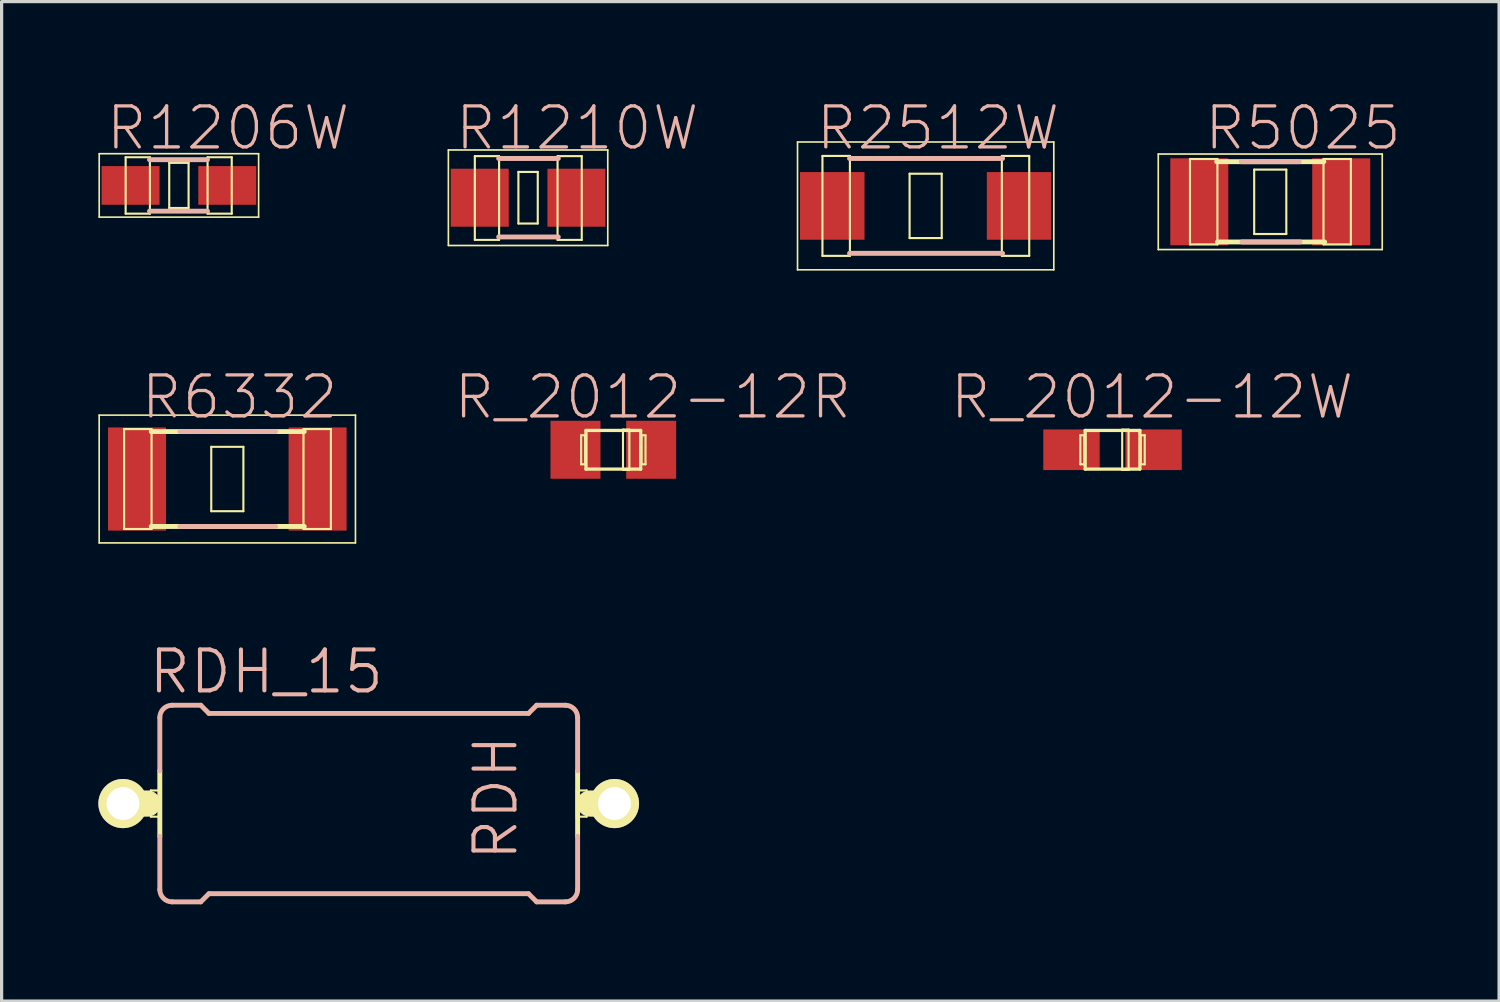
<source format=kicad_pcb>
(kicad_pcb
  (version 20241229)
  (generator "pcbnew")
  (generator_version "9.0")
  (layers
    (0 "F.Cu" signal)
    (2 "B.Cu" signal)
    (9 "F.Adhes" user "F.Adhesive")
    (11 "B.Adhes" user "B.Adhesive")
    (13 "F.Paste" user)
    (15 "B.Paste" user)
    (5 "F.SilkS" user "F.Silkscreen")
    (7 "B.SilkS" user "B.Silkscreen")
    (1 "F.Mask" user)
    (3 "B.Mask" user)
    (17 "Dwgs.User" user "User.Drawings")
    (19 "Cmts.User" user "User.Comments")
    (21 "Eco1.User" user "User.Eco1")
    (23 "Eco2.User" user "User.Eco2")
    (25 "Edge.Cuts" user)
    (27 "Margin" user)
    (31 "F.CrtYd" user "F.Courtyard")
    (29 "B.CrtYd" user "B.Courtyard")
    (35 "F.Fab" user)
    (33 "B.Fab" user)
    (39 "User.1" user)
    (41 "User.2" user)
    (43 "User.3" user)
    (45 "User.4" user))
  (footprint "R1210W"
    (layer "F.Cu")
    (at 13.323 3.08)
    (property "Reference" "R1210W" (at 1.524 -2.159 0) (layer "B.SilkS") (effects (font (size 1.27 1.27) (thickness 0.102))))
    (attr smd)
    (fp_line (start -2.471 -1.481) (end 2.471 -1.481) (stroke (width 0.051) (type solid)) (layer "F.SilkS"))
    (fp_line (start -2.471 1.481) (end -2.471 -1.481) (stroke (width 0.051) (type solid)) (layer "F.SilkS"))
    (fp_line (start -1.651 -1.29) (end -0.899 -1.29) (stroke (width 0.066) (type solid)) (layer "F.SilkS"))
    (fp_line (start -1.651 1.308) (end -1.651 -1.29) (stroke (width 0.066) (type solid)) (layer "F.SilkS"))
    (fp_line (start -1.651 1.308) (end -0.899 1.308) (stroke (width 0.066) (type solid)) (layer "F.SilkS"))
    (fp_line (start -0.899 1.308) (end -0.899 -1.29) (stroke (width 0.066) (type solid)) (layer "F.SilkS"))
    (fp_line (start -0.3 -0.8) (end 0.3 -0.8) (stroke (width 0.066) (type solid)) (layer "F.SilkS"))
    (fp_line (start -0.3 0.8) (end -0.3 -0.8) (stroke (width 0.066) (type solid)) (layer "F.SilkS"))
    (fp_line (start -0.3 0.8) (end 0.3 0.8) (stroke (width 0.066) (type solid)) (layer "F.SilkS"))
    (fp_line (start 0.3 0.8) (end 0.3 -0.8) (stroke (width 0.066) (type solid)) (layer "F.SilkS"))
    (fp_line (start 0.914 -1.29) (end 1.664 -1.29) (stroke (width 0.066) (type solid)) (layer "F.SilkS"))
    (fp_line (start 0.914 1.308) (end 0.914 -1.29) (stroke (width 0.066) (type solid)) (layer "F.SilkS"))
    (fp_line (start 0.914 1.308) (end 1.664 1.308) (stroke (width 0.066) (type solid)) (layer "F.SilkS"))
    (fp_line (start 1.664 1.308) (end 1.664 -1.29) (stroke (width 0.066) (type solid)) (layer "F.SilkS"))
    (fp_line (start 2.471 -1.481) (end 2.471 1.481) (stroke (width 0.051) (type solid)) (layer "F.SilkS"))
    (fp_line (start 2.471 1.481) (end -2.471 1.481) (stroke (width 0.051) (type solid)) (layer "F.SilkS"))
    (fp_line (start -0.912 -1.217) (end 0.937 -1.217) (stroke (width 0.152) (type solid)) (layer "B.SilkS"))
    (fp_line (start -0.912 1.217) (end 0.937 1.217) (stroke (width 0.152) (type solid)) (layer "B.SilkS"))
    (pad "1" smd rect (at -1.499 0) (size 1.798 1.798) (layers "F.Cu" "F.Mask" "F.Paste"))
    (pad "2" smd rect (at 1.499 0) (size 1.798 1.798) (layers "F.Cu" "F.Mask" "F.Paste")))
  (footprint "RDH_15"
    (layer "F.Cu")
    (at 8.382 21.864)
    (property "Reference" "RDH_15" (at -3.175 -4.089 0) (layer "B.SilkS") (effects (font (size 1.27 1.27) (thickness 0.127))))
    (attr exclude_from_pos_files exclude_from_bom)
    (fp_line (start -7.62 0) (end -6.858 0) (stroke (width 0.813) (type solid)) (layer "F.SilkS"))
    (fp_line (start -6.756 -0.406) (end -6.452 -0.406) (stroke (width 0.066) (type solid)) (layer "F.SilkS"))
    (fp_line (start -6.756 0.406) (end -6.756 -0.406) (stroke (width 0.066) (type solid)) (layer "F.SilkS"))
    (fp_line (start -6.756 0.406) (end -6.452 0.406) (stroke (width 0.066) (type solid)) (layer "F.SilkS"))
    (fp_line (start -6.477 -1.016) (end -6.477 1.016) (stroke (width 0.152) (type solid)) (layer "F.SilkS"))
    (fp_line (start -6.452 0.406) (end -6.452 -0.406) (stroke (width 0.066) (type solid)) (layer "F.SilkS"))
    (fp_line (start 6.452 -0.406) (end 6.756 -0.406) (stroke (width 0.066) (type solid)) (layer "F.SilkS"))
    (fp_line (start 6.452 0.406) (end 6.452 -0.406) (stroke (width 0.066) (type solid)) (layer "F.SilkS"))
    (fp_line (start 6.452 0.406) (end 6.756 0.406) (stroke (width 0.066) (type solid)) (layer "F.SilkS"))
    (fp_line (start 6.477 -1.016) (end 6.477 1.016) (stroke (width 0.152) (type solid)) (layer "F.SilkS"))
    (fp_line (start 6.756 0.406) (end 6.756 -0.406) (stroke (width 0.066) (type solid)) (layer "F.SilkS"))
    (fp_line (start 6.858 0) (end 7.62 0) (stroke (width 0.813) (type solid)) (layer "F.SilkS"))
    (fp_line (start -6.477 -1.016) (end -6.477 -2.667) (stroke (width 0.152) (type solid)) (layer "B.SilkS"))
    (fp_line (start -6.477 2.667) (end -6.477 1.016) (stroke (width 0.152) (type solid)) (layer "B.SilkS"))
    (fp_line (start -6.096 -3.048) (end -5.207 -3.048) (stroke (width 0.152) (type solid)) (layer "B.SilkS"))
    (fp_line (start -6.096 3.048) (end -5.207 3.048) (stroke (width 0.152) (type solid)) (layer "B.SilkS"))
    (fp_line (start -4.953 -2.794) (end -5.207 -3.048) (stroke (width 0.152) (type solid)) (layer "B.SilkS"))
    (fp_line (start -4.953 2.794) (end -5.207 3.048) (stroke (width 0.152) (type solid)) (layer "B.SilkS"))
    (fp_line (start 4.953 -2.794) (end -4.953 -2.794) (stroke (width 0.152) (type solid)) (layer "B.SilkS"))
    (fp_line (start 4.953 -2.794) (end 5.207 -3.048) (stroke (width 0.152) (type solid)) (layer "B.SilkS"))
    (fp_line (start 4.953 2.794) (end -4.953 2.794) (stroke (width 0.152) (type solid)) (layer "B.SilkS"))
    (fp_line (start 4.953 2.794) (end 5.207 3.048) (stroke (width 0.152) (type solid)) (layer "B.SilkS"))
    (fp_line (start 6.096 -3.048) (end 5.207 -3.048) (stroke (width 0.152) (type solid)) (layer "B.SilkS"))
    (fp_line (start 6.096 3.048) (end 5.207 3.048) (stroke (width 0.152) (type solid)) (layer "B.SilkS"))
    (fp_line (start 6.477 -1.016) (end 6.477 -2.667) (stroke (width 0.152) (type solid)) (layer "B.SilkS"))
    (fp_line (start 6.477 2.667) (end 6.477 1.016) (stroke (width 0.152) (type solid)) (layer "B.SilkS"))
    (fp_arc (start -6.477 -2.667) (mid -6.365408 -2.936408) (end -6.096 -3.048) (stroke (width 0.1524) (type solid)) (layer "B.SilkS"))
    (fp_arc (start -6.096 3.048) (mid -6.365408 2.936408) (end -6.477 2.667) (stroke (width 0.1524) (type solid)) (layer "B.SilkS"))
    (fp_arc (start 6.096 -3.048) (mid 6.365408 -2.936408) (end 6.477 -2.667) (stroke (width 0.1524) (type solid)) (layer "B.SilkS"))
    (fp_arc (start 6.477 2.667) (mid 6.365408 2.936408) (end 6.096 3.048) (stroke (width 0.1524) (type solid)) (layer "B.SilkS"))
    (fp_text user "RDH" (at 3.937 -0.178 90) (layer "B.SilkS") (effects (font (size 1.27 1.27) (thickness 0.127))))
    (pad "1" thru_hole circle (at -7.62 0) (size 1.524 1.524) (drill 1.016) (layers "*.Cu" "F.Mask" "F.SilkS" "F.Paste"))
    (pad "2" thru_hole circle (at 7.62 0) (size 1.524 1.524) (drill 1.016) (layers "*.Cu" "F.Mask" "F.SilkS" "F.Paste")))
  (footprint "R6332"
    (layer "F.Cu")
    (at 3.998 11.802)
    (property "Reference" "R6332" (at 0.381 -2.54 0) (layer "B.SilkS") (effects (font (size 1.27 1.27) (thickness 0.102))))
    (attr smd)
    (fp_line (start -3.973 -1.981) (end 3.973 -1.981) (stroke (width 0.051) (type solid)) (layer "F.SilkS"))
    (fp_line (start -3.973 1.981) (end -3.973 -1.981) (stroke (width 0.051) (type solid)) (layer "F.SilkS"))
    (fp_line (start -3.2 -1.549) (end -2.349 -1.549) (stroke (width 0.066) (type solid)) (layer "F.SilkS"))
    (fp_line (start -3.2 1.549) (end -3.2 -1.549) (stroke (width 0.066) (type solid)) (layer "F.SilkS"))
    (fp_line (start -3.2 1.549) (end -2.349 1.549) (stroke (width 0.066) (type solid)) (layer "F.SilkS"))
    (fp_line (start -2.36 -1.471) (end 2.385 -1.471) (stroke (width 0.152) (type solid)) (layer "F.SilkS"))
    (fp_line (start -2.36 1.471) (end 2.385 1.471) (stroke (width 0.152) (type solid)) (layer "F.SilkS"))
    (fp_line (start -2.349 1.549) (end -2.349 -1.549) (stroke (width 0.066) (type solid)) (layer "F.SilkS"))
    (fp_line (start -0.498 -0.998) (end 0.498 -0.998) (stroke (width 0.066) (type solid)) (layer "F.SilkS"))
    (fp_line (start -0.498 0.998) (end -0.498 -0.998) (stroke (width 0.066) (type solid)) (layer "F.SilkS"))
    (fp_line (start -0.498 0.998) (end 0.498 0.998) (stroke (width 0.066) (type solid)) (layer "F.SilkS"))
    (fp_line (start 0.498 0.998) (end 0.498 -0.998) (stroke (width 0.066) (type solid)) (layer "F.SilkS"))
    (fp_line (start 2.362 -1.549) (end 3.211 -1.549) (stroke (width 0.066) (type solid)) (layer "F.SilkS"))
    (fp_line (start 2.362 1.549) (end 2.362 -1.549) (stroke (width 0.066) (type solid)) (layer "F.SilkS"))
    (fp_line (start 2.362 1.549) (end 3.211 1.549) (stroke (width 0.066) (type solid)) (layer "F.SilkS"))
    (fp_line (start 3.211 1.549) (end 3.211 -1.549) (stroke (width 0.066) (type solid)) (layer "F.SilkS"))
    (fp_line (start 3.973 -1.981) (end 3.973 1.981) (stroke (width 0.051) (type solid)) (layer "F.SilkS"))
    (fp_line (start 3.973 1.981) (end -3.973 1.981) (stroke (width 0.051) (type solid)) (layer "F.SilkS"))
    (fp_line (start -1.471 -1.471) (end 1.496 -1.471) (stroke (width 0.152) (type solid)) (layer "B.SilkS"))
    (fp_line (start -1.471 1.471) (end 1.496 1.471) (stroke (width 0.152) (type solid)) (layer "B.SilkS"))
    (pad "1" smd rect (at -2.799 0) (size 1.798 3.198) (layers "F.Cu" "F.Mask" "F.Paste"))
    (pad "2" smd rect (at 2.799 0) (size 1.798 3.198) (layers "F.Cu" "F.Mask" "F.Paste")))
  (footprint "R_2012-12W"
    (layer "F.Cu")
    (at 31.444 10.895)
    (property "Reference" "R_2012-12W" (at 1.224 -1.633 0) (layer "B.SilkS") (effects (font (size 1.27 1.27) (thickness 0.102))))
    (attr smd)
    (fp_line (start -0.998 -0.45) (end -0.874 -0.45) (stroke (width 0.066) (type solid)) (layer "F.SilkS"))
    (fp_line (start -0.998 0.45) (end -0.998 -0.45) (stroke (width 0.066) (type solid)) (layer "F.SilkS"))
    (fp_line (start -0.998 0.45) (end -0.874 0.45) (stroke (width 0.066) (type solid)) (layer "F.SilkS"))
    (fp_line (start -0.874 0.45) (end -0.874 -0.45) (stroke (width 0.066) (type solid)) (layer "F.SilkS"))
    (fp_line (start -0.848 -0.599) (end 0.848 -0.599) (stroke (width 0.102) (type solid)) (layer "F.SilkS"))
    (fp_line (start -0.848 0.599) (end -0.848 -0.599) (stroke (width 0.102) (type solid)) (layer "F.SilkS"))
    (fp_line (start 0.3 -0.625) (end 0.498 -0.625) (stroke (width 0.066) (type solid)) (layer "F.SilkS"))
    (fp_line (start 0.3 0.625) (end 0.3 -0.625) (stroke (width 0.066) (type solid)) (layer "F.SilkS"))
    (fp_line (start 0.3 0.625) (end 0.498 0.625) (stroke (width 0.066) (type solid)) (layer "F.SilkS"))
    (fp_line (start 0.498 0.625) (end 0.498 -0.625) (stroke (width 0.066) (type solid)) (layer "F.SilkS"))
    (fp_line (start 0.848 -0.599) (end 0.848 0.599) (stroke (width 0.102) (type solid)) (layer "F.SilkS"))
    (fp_line (start 0.848 0.599) (end -0.848 0.599) (stroke (width 0.102) (type solid)) (layer "F.SilkS"))
    (fp_line (start 0.874 -0.45) (end 0.998 -0.45) (stroke (width 0.066) (type solid)) (layer "F.SilkS"))
    (fp_line (start 0.874 0.45) (end 0.874 -0.45) (stroke (width 0.066) (type solid)) (layer "F.SilkS"))
    (fp_line (start 0.874 0.45) (end 0.998 0.45) (stroke (width 0.066) (type solid)) (layer "F.SilkS"))
    (fp_line (start 0.998 0.45) (end 0.998 -0.45) (stroke (width 0.066) (type solid)) (layer "F.SilkS"))
    (pad "+" smd rect (at 1.273 0) (size 1.748 1.26) (layers "F.Cu" "F.Mask" "F.Paste"))
    (pad "-" smd rect (at -1.273 0) (size 1.748 1.26) (layers "F.Cu" "F.Mask" "F.Paste")))
  (footprint "R2512W"
    (layer "F.Cu")
    (at 25.65 3.334)
    (property "Reference" "R2512W" (at 0.381 -2.413 0) (layer "B.SilkS") (effects (font (size 1.27 1.27) (thickness 0.102))))
    (attr smd)
    (fp_line (start -3.973 -1.981) (end 3.973 -1.981) (stroke (width 0.051) (type solid)) (layer "F.SilkS"))
    (fp_line (start -3.973 1.981) (end -3.973 -1.981) (stroke (width 0.051) (type solid)) (layer "F.SilkS"))
    (fp_line (start -3.2 -1.549) (end -2.349 -1.549) (stroke (width 0.066) (type solid)) (layer "F.SilkS"))
    (fp_line (start -3.2 1.549) (end -3.2 -1.549) (stroke (width 0.066) (type solid)) (layer "F.SilkS"))
    (fp_line (start -3.2 1.549) (end -2.349 1.549) (stroke (width 0.066) (type solid)) (layer "F.SilkS"))
    (fp_line (start -2.349 1.549) (end -2.349 -1.549) (stroke (width 0.066) (type solid)) (layer "F.SilkS"))
    (fp_line (start -0.498 -0.998) (end 0.498 -0.998) (stroke (width 0.066) (type solid)) (layer "F.SilkS"))
    (fp_line (start -0.498 0.998) (end -0.498 -0.998) (stroke (width 0.066) (type solid)) (layer "F.SilkS"))
    (fp_line (start -0.498 0.998) (end 0.498 0.998) (stroke (width 0.066) (type solid)) (layer "F.SilkS"))
    (fp_line (start 0.498 0.998) (end 0.498 -0.998) (stroke (width 0.066) (type solid)) (layer "F.SilkS"))
    (fp_line (start 2.362 -1.549) (end 3.211 -1.549) (stroke (width 0.066) (type solid)) (layer "F.SilkS"))
    (fp_line (start 2.362 1.549) (end 2.362 -1.549) (stroke (width 0.066) (type solid)) (layer "F.SilkS"))
    (fp_line (start 2.362 1.549) (end 3.211 1.549) (stroke (width 0.066) (type solid)) (layer "F.SilkS"))
    (fp_line (start 3.211 1.549) (end 3.211 -1.549) (stroke (width 0.066) (type solid)) (layer "F.SilkS"))
    (fp_line (start 3.973 -1.981) (end 3.973 1.981) (stroke (width 0.051) (type solid)) (layer "F.SilkS"))
    (fp_line (start 3.973 1.981) (end -3.973 1.981) (stroke (width 0.051) (type solid)) (layer "F.SilkS"))
    (fp_line (start -2.36 -1.471) (end 2.385 -1.471) (stroke (width 0.152) (type solid)) (layer "B.SilkS"))
    (fp_line (start -2.36 1.471) (end 2.385 1.471) (stroke (width 0.152) (type solid)) (layer "B.SilkS"))
    (pad "1" smd rect (at -2.896 0) (size 1.999 2.098) (layers "F.Cu" "F.Mask" "F.Paste"))
    (pad "2" smd rect (at 2.896 0) (size 1.999 2.098) (layers "F.Cu" "F.Mask" "F.Paste")))
  (footprint "R_2012-12R"
    (layer "F.Cu")
    (at 15.966 10.895)
    (property "Reference" "R_2012-12R" (at 1.224 -1.633 0) (layer "B.SilkS") (effects (font (size 1.27 1.27) (thickness 0.102))))
    (attr smd)
    (fp_line (start -0.998 -0.45) (end -0.874 -0.45) (stroke (width 0.066) (type solid)) (layer "F.SilkS"))
    (fp_line (start -0.998 0.45) (end -0.998 -0.45) (stroke (width 0.066) (type solid)) (layer "F.SilkS"))
    (fp_line (start -0.998 0.45) (end -0.874 0.45) (stroke (width 0.066) (type solid)) (layer "F.SilkS"))
    (fp_line (start -0.874 0.45) (end -0.874 -0.45) (stroke (width 0.066) (type solid)) (layer "F.SilkS"))
    (fp_line (start -0.848 -0.599) (end 0.848 -0.599) (stroke (width 0.102) (type solid)) (layer "F.SilkS"))
    (fp_line (start -0.848 0.599) (end -0.848 -0.599) (stroke (width 0.102) (type solid)) (layer "F.SilkS"))
    (fp_line (start 0.3 -0.625) (end 0.498 -0.625) (stroke (width 0.066) (type solid)) (layer "F.SilkS"))
    (fp_line (start 0.3 0.625) (end 0.3 -0.625) (stroke (width 0.066) (type solid)) (layer "F.SilkS"))
    (fp_line (start 0.3 0.625) (end 0.498 0.625) (stroke (width 0.066) (type solid)) (layer "F.SilkS"))
    (fp_line (start 0.498 0.625) (end 0.498 -0.625) (stroke (width 0.066) (type solid)) (layer "F.SilkS"))
    (fp_line (start 0.848 -0.599) (end 0.848 0.599) (stroke (width 0.102) (type solid)) (layer "F.SilkS"))
    (fp_line (start 0.848 0.599) (end -0.848 0.599) (stroke (width 0.102) (type solid)) (layer "F.SilkS"))
    (fp_line (start 0.874 -0.45) (end 0.998 -0.45) (stroke (width 0.066) (type solid)) (layer "F.SilkS"))
    (fp_line (start 0.874 0.45) (end 0.874 -0.45) (stroke (width 0.066) (type solid)) (layer "F.SilkS"))
    (fp_line (start 0.874 0.45) (end 0.998 0.45) (stroke (width 0.066) (type solid)) (layer "F.SilkS"))
    (fp_line (start 0.998 0.45) (end 0.998 -0.45) (stroke (width 0.066) (type solid)) (layer "F.SilkS"))
    (pad "+" smd rect (at 1.173 0) (size 1.549 1.798) (layers "F.Cu" "F.Mask" "F.Paste"))
    (pad "-" smd rect (at -1.173 0) (size 1.549 1.798) (layers "F.Cu" "F.Mask" "F.Paste")))
  (footprint "R1206W"
    (layer "F.Cu")
    (at 2.497 2.699)
    (property "Reference" "R1206W" (at 1.524 -1.778 0) (layer "B.SilkS") (effects (font (size 1.27 1.27) (thickness 0.102))))
    (attr smd)
    (fp_line (start -2.471 -0.983) (end 2.471 -0.983) (stroke (width 0.051) (type solid)) (layer "F.SilkS"))
    (fp_line (start -2.471 0.983) (end -2.471 -0.983) (stroke (width 0.051) (type solid)) (layer "F.SilkS"))
    (fp_line (start -1.651 -0.874) (end -0.899 -0.874) (stroke (width 0.066) (type solid)) (layer "F.SilkS"))
    (fp_line (start -1.651 0.876) (end -1.651 -0.874) (stroke (width 0.066) (type solid)) (layer "F.SilkS"))
    (fp_line (start -1.651 0.876) (end -0.899 0.876) (stroke (width 0.066) (type solid)) (layer "F.SilkS"))
    (fp_line (start -0.899 0.876) (end -0.899 -0.874) (stroke (width 0.066) (type solid)) (layer "F.SilkS"))
    (fp_line (start -0.3 -0.699) (end 0.3 -0.699) (stroke (width 0.066) (type solid)) (layer "F.SilkS"))
    (fp_line (start -0.3 0.699) (end -0.3 -0.699) (stroke (width 0.066) (type solid)) (layer "F.SilkS"))
    (fp_line (start -0.3 0.699) (end 0.3 0.699) (stroke (width 0.066) (type solid)) (layer "F.SilkS"))
    (fp_line (start 0.3 0.699) (end 0.3 -0.699) (stroke (width 0.066) (type solid)) (layer "F.SilkS"))
    (fp_line (start 0.889 -0.874) (end 1.638 -0.874) (stroke (width 0.066) (type solid)) (layer "F.SilkS"))
    (fp_line (start 0.889 0.876) (end 0.889 -0.874) (stroke (width 0.066) (type solid)) (layer "F.SilkS"))
    (fp_line (start 0.889 0.876) (end 1.638 0.876) (stroke (width 0.066) (type solid)) (layer "F.SilkS"))
    (fp_line (start 1.638 0.876) (end 1.638 -0.874) (stroke (width 0.066) (type solid)) (layer "F.SilkS"))
    (fp_line (start 2.471 -0.983) (end 2.471 0.983) (stroke (width 0.051) (type solid)) (layer "F.SilkS"))
    (fp_line (start 2.471 0.983) (end -2.471 0.983) (stroke (width 0.051) (type solid)) (layer "F.SilkS"))
    (fp_line (start -0.912 -0.798) (end 0.886 -0.798) (stroke (width 0.152) (type solid)) (layer "B.SilkS"))
    (fp_line (start -0.912 0.798) (end 0.886 0.798) (stroke (width 0.152) (type solid)) (layer "B.SilkS"))
    (pad "1" smd rect (at -1.499 0) (size 1.798 1.199) (layers "F.Cu" "F.Mask" "F.Paste"))
    (pad "2" smd rect (at 1.499 0) (size 1.798 1.199) (layers "F.Cu" "F.Mask" "F.Paste")))
  (footprint "R5025"
    (layer "F.Cu")
    (at 36.334 3.207)
    (property "Reference" "R5025" (at 1.016 -2.286 0) (layer "B.SilkS") (effects (font (size 1.27 1.27) (thickness 0.102))))
    (attr smd)
    (fp_line (start -3.472 -1.481) (end 3.472 -1.481) (stroke (width 0.051) (type solid)) (layer "F.SilkS"))
    (fp_line (start -3.472 1.481) (end -3.472 -1.481) (stroke (width 0.051) (type solid)) (layer "F.SilkS"))
    (fp_line (start -2.489 -1.328) (end -1.638 -1.328) (stroke (width 0.066) (type solid)) (layer "F.SilkS"))
    (fp_line (start -2.489 1.321) (end -2.489 -1.328) (stroke (width 0.066) (type solid)) (layer "F.SilkS"))
    (fp_line (start -2.489 1.321) (end -1.638 1.321) (stroke (width 0.066) (type solid)) (layer "F.SilkS"))
    (fp_line (start -1.661 -1.245) (end 1.661 -1.245) (stroke (width 0.152) (type solid)) (layer "F.SilkS"))
    (fp_line (start -1.638 1.321) (end -1.638 -1.328) (stroke (width 0.066) (type solid)) (layer "F.SilkS"))
    (fp_line (start -1.636 1.245) (end 1.687 1.245) (stroke (width 0.152) (type solid)) (layer "F.SilkS"))
    (fp_line (start -0.498 -0.998) (end 0.498 -0.998) (stroke (width 0.066) (type solid)) (layer "F.SilkS"))
    (fp_line (start -0.498 0.998) (end -0.498 -0.998) (stroke (width 0.066) (type solid)) (layer "F.SilkS"))
    (fp_line (start -0.498 0.998) (end 0.498 0.998) (stroke (width 0.066) (type solid)) (layer "F.SilkS"))
    (fp_line (start 0.498 0.998) (end 0.498 -0.998) (stroke (width 0.066) (type solid)) (layer "F.SilkS"))
    (fp_line (start 1.651 -1.328) (end 2.499 -1.328) (stroke (width 0.066) (type solid)) (layer "F.SilkS"))
    (fp_line (start 1.651 1.321) (end 1.651 -1.328) (stroke (width 0.066) (type solid)) (layer "F.SilkS"))
    (fp_line (start 1.651 1.321) (end 2.499 1.321) (stroke (width 0.066) (type solid)) (layer "F.SilkS"))
    (fp_line (start 2.499 1.321) (end 2.499 -1.328) (stroke (width 0.066) (type solid)) (layer "F.SilkS"))
    (fp_line (start 3.472 -1.481) (end 3.472 1.481) (stroke (width 0.051) (type solid)) (layer "F.SilkS"))
    (fp_line (start 3.472 1.481) (end -3.472 1.481) (stroke (width 0.051) (type solid)) (layer "F.SilkS"))
    (fp_line (start -0.899 -1.245) (end 0.899 -1.245) (stroke (width 0.152) (type solid)) (layer "B.SilkS"))
    (fp_line (start -0.874 1.245) (end 0.925 1.245) (stroke (width 0.152) (type solid)) (layer "B.SilkS"))
    (pad "1" smd rect (at -2.2 0) (size 1.798 2.697) (layers "F.Cu" "F.Mask" "F.Paste"))
    (pad "2" smd rect (at 2.2 0) (size 1.798 2.697) (layers "F.Cu" "F.Mask" "F.Paste")))
  (gr_rect
    (start -3 -3)
    (end 43.429 27.988)
    (stroke (width 0.1) (type default))
    (fill no)
    (layer "Edge.Cuts")))
</source>
